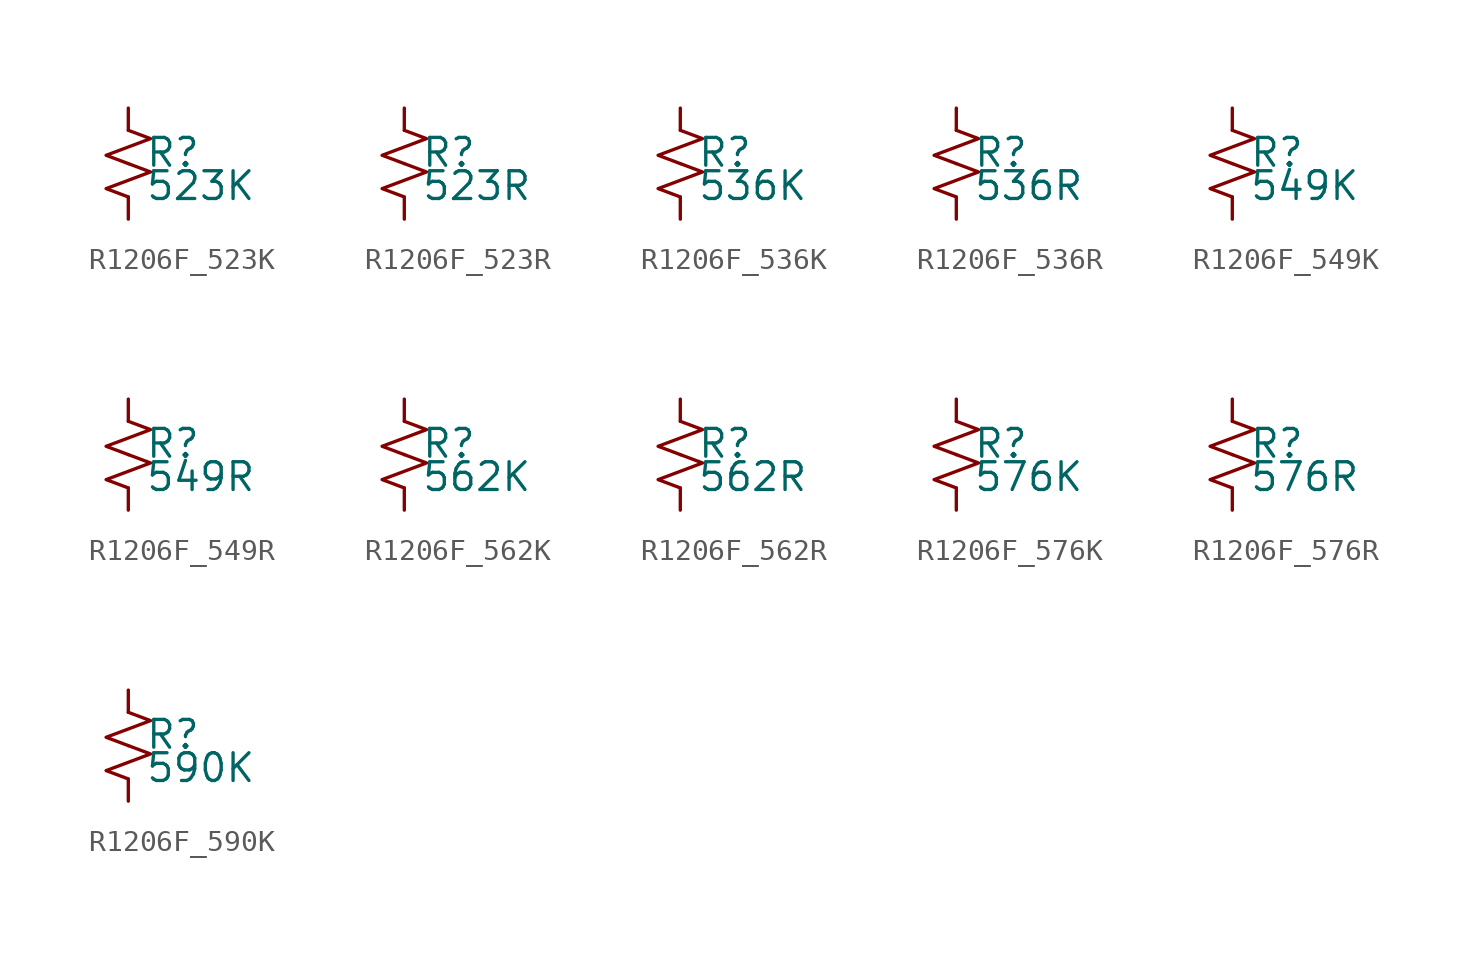
<source format=kicad_sym>
(kicad_symbol_lib
  (version 20220914)
  (generator kicad_symbol_editor)
  (symbol "R1206F_523K"
    (pin_numbers hide)
    (pin_names
      (offset 0.254) hide)
    (property "Reference" "R"
      (at 0.762 0.508 0)
      (effects (font (size 1.27 1.27)) (justify left)))
    (property "Value" "523K"
      (at 0.762 -1.016 0)
      (effects (font (size 1.27 1.27)) (justify left)))
    (symbol "R1206F_523K_1_1"
      (polyline (pts (xy 0 0) (xy 1.016 -0.381) (xy 0 -0.762) (xy -1.016 -1.143) (xy 0 -1.524)) (stroke (width 0) (type default)) (fill (type none)))
      (polyline (pts (xy 0 1.524) (xy 1.016 1.143) (xy 0 0.762) (xy -1.016 0.381) (xy 0 0)) (stroke (width 0) (type default)) (fill (type none)))
      (pin passive line (at 0 2.54 270) (length 1.016) (name "~" (effects (font (size 1.27 1.27)))) (number "1" (effects (font (size 1.27 1.27)))))
      (pin passive line (at 0 -2.54 90) (length 1.016) (name "~" (effects (font (size 1.27 1.27)))) (number "2" (effects (font (size 1.27 1.27)))))))
  (symbol "R1206F_523R"
    (pin_numbers hide)
    (pin_names
      (offset 0.254) hide)
    (property "Reference" "R"
      (at 0.762 0.508 0)
      (effects (font (size 1.27 1.27)) (justify left)))
    (property "Value" "523R"
      (at 0.762 -1.016 0)
      (effects (font (size 1.27 1.27)) (justify left)))
    (symbol "R1206F_523R_1_1"
      (polyline (pts (xy 0 0) (xy 1.016 -0.381) (xy 0 -0.762) (xy -1.016 -1.143) (xy 0 -1.524)) (stroke (width 0) (type default)) (fill (type none)))
      (polyline (pts (xy 0 1.524) (xy 1.016 1.143) (xy 0 0.762) (xy -1.016 0.381) (xy 0 0)) (stroke (width 0) (type default)) (fill (type none)))
      (pin passive line (at 0 2.54 270) (length 1.016) (name "~" (effects (font (size 1.27 1.27)))) (number "1" (effects (font (size 1.27 1.27)))))
      (pin passive line (at 0 -2.54 90) (length 1.016) (name "~" (effects (font (size 1.27 1.27)))) (number "2" (effects (font (size 1.27 1.27)))))))
  (symbol "R1206F_536K"
    (pin_numbers hide)
    (pin_names
      (offset 0.254) hide)
    (property "Reference" "R"
      (at 0.762 0.508 0)
      (effects (font (size 1.27 1.27)) (justify left)))
    (property "Value" "536K"
      (at 0.762 -1.016 0)
      (effects (font (size 1.27 1.27)) (justify left)))
    (symbol "R1206F_536K_1_1"
      (polyline (pts (xy 0 0) (xy 1.016 -0.381) (xy 0 -0.762) (xy -1.016 -1.143) (xy 0 -1.524)) (stroke (width 0) (type default)) (fill (type none)))
      (polyline (pts (xy 0 1.524) (xy 1.016 1.143) (xy 0 0.762) (xy -1.016 0.381) (xy 0 0)) (stroke (width 0) (type default)) (fill (type none)))
      (pin passive line (at 0 2.54 270) (length 1.016) (name "~" (effects (font (size 1.27 1.27)))) (number "1" (effects (font (size 1.27 1.27)))))
      (pin passive line (at 0 -2.54 90) (length 1.016) (name "~" (effects (font (size 1.27 1.27)))) (number "2" (effects (font (size 1.27 1.27)))))))
  (symbol "R1206F_536R"
    (pin_numbers hide)
    (pin_names
      (offset 0.254) hide)
    (property "Reference" "R"
      (at 0.762 0.508 0)
      (effects (font (size 1.27 1.27)) (justify left)))
    (property "Value" "536R"
      (at 0.762 -1.016 0)
      (effects (font (size 1.27 1.27)) (justify left)))
    (symbol "R1206F_536R_1_1"
      (polyline (pts (xy 0 0) (xy 1.016 -0.381) (xy 0 -0.762) (xy -1.016 -1.143) (xy 0 -1.524)) (stroke (width 0) (type default)) (fill (type none)))
      (polyline (pts (xy 0 1.524) (xy 1.016 1.143) (xy 0 0.762) (xy -1.016 0.381) (xy 0 0)) (stroke (width 0) (type default)) (fill (type none)))
      (pin passive line (at 0 2.54 270) (length 1.016) (name "~" (effects (font (size 1.27 1.27)))) (number "1" (effects (font (size 1.27 1.27)))))
      (pin passive line (at 0 -2.54 90) (length 1.016) (name "~" (effects (font (size 1.27 1.27)))) (number "2" (effects (font (size 1.27 1.27)))))))
  (symbol "R1206F_549K"
    (pin_numbers hide)
    (pin_names
      (offset 0.254) hide)
    (property "Reference" "R"
      (at 0.762 0.508 0)
      (effects (font (size 1.27 1.27)) (justify left)))
    (property "Value" "549K"
      (at 0.762 -1.016 0)
      (effects (font (size 1.27 1.27)) (justify left)))
    (symbol "R1206F_549K_1_1"
      (polyline (pts (xy 0 0) (xy 1.016 -0.381) (xy 0 -0.762) (xy -1.016 -1.143) (xy 0 -1.524)) (stroke (width 0) (type default)) (fill (type none)))
      (polyline (pts (xy 0 1.524) (xy 1.016 1.143) (xy 0 0.762) (xy -1.016 0.381) (xy 0 0)) (stroke (width 0) (type default)) (fill (type none)))
      (pin passive line (at 0 2.54 270) (length 1.016) (name "~" (effects (font (size 1.27 1.27)))) (number "1" (effects (font (size 1.27 1.27)))))
      (pin passive line (at 0 -2.54 90) (length 1.016) (name "~" (effects (font (size 1.27 1.27)))) (number "2" (effects (font (size 1.27 1.27)))))))
  (symbol "R1206F_549R"
    (pin_numbers hide)
    (pin_names
      (offset 0.254) hide)
    (property "Reference" "R"
      (at 0.762 0.508 0)
      (effects (font (size 1.27 1.27)) (justify left)))
    (property "Value" "549R"
      (at 0.762 -1.016 0)
      (effects (font (size 1.27 1.27)) (justify left)))
    (symbol "R1206F_549R_1_1"
      (polyline (pts (xy 0 0) (xy 1.016 -0.381) (xy 0 -0.762) (xy -1.016 -1.143) (xy 0 -1.524)) (stroke (width 0) (type default)) (fill (type none)))
      (polyline (pts (xy 0 1.524) (xy 1.016 1.143) (xy 0 0.762) (xy -1.016 0.381) (xy 0 0)) (stroke (width 0) (type default)) (fill (type none)))
      (pin passive line (at 0 2.54 270) (length 1.016) (name "~" (effects (font (size 1.27 1.27)))) (number "1" (effects (font (size 1.27 1.27)))))
      (pin passive line (at 0 -2.54 90) (length 1.016) (name "~" (effects (font (size 1.27 1.27)))) (number "2" (effects (font (size 1.27 1.27)))))))
  (symbol "R1206F_562K"
    (pin_numbers hide)
    (pin_names
      (offset 0.254) hide)
    (property "Reference" "R"
      (at 0.762 0.508 0)
      (effects (font (size 1.27 1.27)) (justify left)))
    (property "Value" "562K"
      (at 0.762 -1.016 0)
      (effects (font (size 1.27 1.27)) (justify left)))
    (symbol "R1206F_562K_1_1"
      (polyline (pts (xy 0 0) (xy 1.016 -0.381) (xy 0 -0.762) (xy -1.016 -1.143) (xy 0 -1.524)) (stroke (width 0) (type default)) (fill (type none)))
      (polyline (pts (xy 0 1.524) (xy 1.016 1.143) (xy 0 0.762) (xy -1.016 0.381) (xy 0 0)) (stroke (width 0) (type default)) (fill (type none)))
      (pin passive line (at 0 2.54 270) (length 1.016) (name "~" (effects (font (size 1.27 1.27)))) (number "1" (effects (font (size 1.27 1.27)))))
      (pin passive line (at 0 -2.54 90) (length 1.016) (name "~" (effects (font (size 1.27 1.27)))) (number "2" (effects (font (size 1.27 1.27)))))))
  (symbol "R1206F_562R"
    (pin_numbers hide)
    (pin_names
      (offset 0.254) hide)
    (property "Reference" "R"
      (at 0.762 0.508 0)
      (effects (font (size 1.27 1.27)) (justify left)))
    (property "Value" "562R"
      (at 0.762 -1.016 0)
      (effects (font (size 1.27 1.27)) (justify left)))
    (symbol "R1206F_562R_1_1"
      (polyline (pts (xy 0 0) (xy 1.016 -0.381) (xy 0 -0.762) (xy -1.016 -1.143) (xy 0 -1.524)) (stroke (width 0) (type default)) (fill (type none)))
      (polyline (pts (xy 0 1.524) (xy 1.016 1.143) (xy 0 0.762) (xy -1.016 0.381) (xy 0 0)) (stroke (width 0) (type default)) (fill (type none)))
      (pin passive line (at 0 2.54 270) (length 1.016) (name "~" (effects (font (size 1.27 1.27)))) (number "1" (effects (font (size 1.27 1.27)))))
      (pin passive line (at 0 -2.54 90) (length 1.016) (name "~" (effects (font (size 1.27 1.27)))) (number "2" (effects (font (size 1.27 1.27)))))))
  (symbol "R1206F_576K"
    (pin_numbers hide)
    (pin_names
      (offset 0.254) hide)
    (property "Reference" "R"
      (at 0.762 0.508 0)
      (effects (font (size 1.27 1.27)) (justify left)))
    (property "Value" "576K"
      (at 0.762 -1.016 0)
      (effects (font (size 1.27 1.27)) (justify left)))
    (symbol "R1206F_576K_1_1"
      (polyline (pts (xy 0 0) (xy 1.016 -0.381) (xy 0 -0.762) (xy -1.016 -1.143) (xy 0 -1.524)) (stroke (width 0) (type default)) (fill (type none)))
      (polyline (pts (xy 0 1.524) (xy 1.016 1.143) (xy 0 0.762) (xy -1.016 0.381) (xy 0 0)) (stroke (width 0) (type default)) (fill (type none)))
      (pin passive line (at 0 2.54 270) (length 1.016) (name "~" (effects (font (size 1.27 1.27)))) (number "1" (effects (font (size 1.27 1.27)))))
      (pin passive line (at 0 -2.54 90) (length 1.016) (name "~" (effects (font (size 1.27 1.27)))) (number "2" (effects (font (size 1.27 1.27)))))))
  (symbol "R1206F_576R"
    (pin_numbers hide)
    (pin_names
      (offset 0.254) hide)
    (property "Reference" "R"
      (at 0.762 0.508 0)
      (effects (font (size 1.27 1.27)) (justify left)))
    (property "Value" "576R"
      (at 0.762 -1.016 0)
      (effects (font (size 1.27 1.27)) (justify left)))
    (symbol "R1206F_576R_1_1"
      (polyline (pts (xy 0 0) (xy 1.016 -0.381) (xy 0 -0.762) (xy -1.016 -1.143) (xy 0 -1.524)) (stroke (width 0) (type default)) (fill (type none)))
      (polyline (pts (xy 0 1.524) (xy 1.016 1.143) (xy 0 0.762) (xy -1.016 0.381) (xy 0 0)) (stroke (width 0) (type default)) (fill (type none)))
      (pin passive line (at 0 2.54 270) (length 1.016) (name "~" (effects (font (size 1.27 1.27)))) (number "1" (effects (font (size 1.27 1.27)))))
      (pin passive line (at 0 -2.54 90) (length 1.016) (name "~" (effects (font (size 1.27 1.27)))) (number "2" (effects (font (size 1.27 1.27)))))))
  (symbol "R1206F_590K"
    (pin_numbers hide)
    (pin_names
      (offset 0.254) hide)
    (property "Reference" "R"
      (at 0.762 0.508 0)
      (effects (font (size 1.27 1.27)) (justify left)))
    (property "Value" "590K"
      (at 0.762 -1.016 0)
      (effects (font (size 1.27 1.27)) (justify left)))
    (symbol "R1206F_590K_1_1"
      (polyline (pts (xy 0 0) (xy 1.016 -0.381) (xy 0 -0.762) (xy -1.016 -1.143) (xy 0 -1.524)) (stroke (width 0) (type default)) (fill (type none)))
      (polyline (pts (xy 0 1.524) (xy 1.016 1.143) (xy 0 0.762) (xy -1.016 0.381) (xy 0 0)) (stroke (width 0) (type default)) (fill (type none)))
      (pin passive line (at 0 2.54 270) (length 1.016) (name "~" (effects (font (size 1.27 1.27)))) (number "1" (effects (font (size 1.27 1.27)))))
      (pin passive line (at 0 -2.54 90) (length 1.016) (name "~" (effects (font (size 1.27 1.27)))) (number "2" (effects (font (size 1.27 1.27))))))))
</source>
